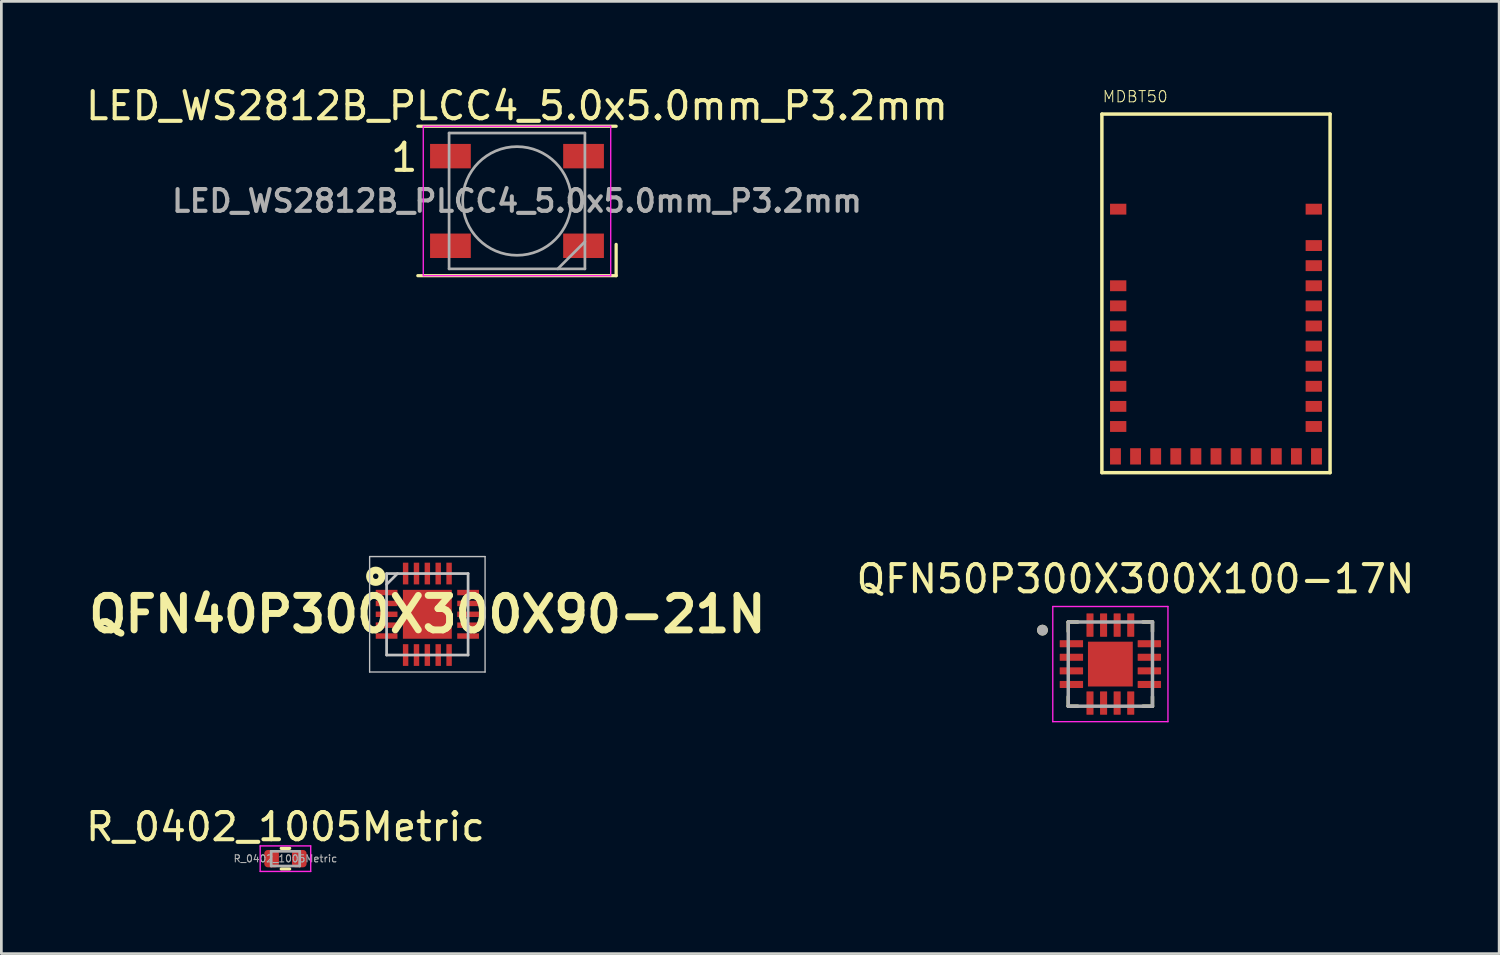
<source format=kicad_pcb>
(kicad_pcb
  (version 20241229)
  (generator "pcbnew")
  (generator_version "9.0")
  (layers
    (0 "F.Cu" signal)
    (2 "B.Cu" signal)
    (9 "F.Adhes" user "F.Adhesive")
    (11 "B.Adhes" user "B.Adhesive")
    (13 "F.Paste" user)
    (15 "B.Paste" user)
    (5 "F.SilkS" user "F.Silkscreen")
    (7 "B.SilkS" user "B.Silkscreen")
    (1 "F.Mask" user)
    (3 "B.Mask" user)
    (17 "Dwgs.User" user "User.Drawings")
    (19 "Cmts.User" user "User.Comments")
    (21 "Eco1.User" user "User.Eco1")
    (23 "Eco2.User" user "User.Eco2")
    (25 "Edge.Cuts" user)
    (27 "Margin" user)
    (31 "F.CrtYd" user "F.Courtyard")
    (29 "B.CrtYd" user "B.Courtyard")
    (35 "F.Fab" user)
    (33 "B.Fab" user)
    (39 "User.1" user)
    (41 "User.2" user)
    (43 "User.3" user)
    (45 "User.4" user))
  (footprint "QFN50P300X300X100-17N"
    (layer "F.Cu")
    (at 37.826 21.397)
    (property "Reference" "QFN50P300X300X100-17N" (at 0.925 -3.135 0) (layer "F.SilkS") (effects (font (size 1 1) (thickness 0.15))))
    (attr smd)
    (fp_line (start -1.55 -1.55) (end -1.2 -1.55) (stroke (width 0.127) (type solid)) (layer "F.SilkS"))
    (fp_line (start -1.55 -1.2) (end -1.55 -1.55) (stroke (width 0.127) (type solid)) (layer "F.SilkS"))
    (fp_line (start -1.55 1.55) (end -1.55 1.2) (stroke (width 0.127) (type solid)) (layer "F.SilkS"))
    (fp_line (start -1.2 1.55) (end -1.55 1.55) (stroke (width 0.127) (type solid)) (layer "F.SilkS"))
    (fp_line (start 1.2 -1.55) (end 1.55 -1.55) (stroke (width 0.127) (type solid)) (layer "F.SilkS"))
    (fp_line (start 1.55 -1.55) (end 1.55 -1.2) (stroke (width 0.127) (type solid)) (layer "F.SilkS"))
    (fp_line (start 1.55 1.2) (end 1.55 1.55) (stroke (width 0.127) (type solid)) (layer "F.SilkS"))
    (fp_line (start 1.55 1.55) (end 1.2 1.55) (stroke (width 0.127) (type solid)) (layer "F.SilkS"))
    (fp_circle (center -2.5 -1.25) (end -2.4 -1.25) (stroke (width 0.2) (type solid)) (fill no) (layer "F.SilkS"))
    (fp_poly (pts (xy -0.5 -0.5) (xy 0.5 -0.5) (xy 0.5 0.5) (xy -0.5 0.5)) (stroke (width 0.01) (type solid)) (fill yes) (layer "F.Paste"))
    (fp_line (start -2.12 -2.12) (end 2.12 -2.12) (stroke (width 0.05) (type solid)) (layer "F.CrtYd"))
    (fp_line (start -2.12 2.12) (end -2.12 -2.12) (stroke (width 0.05) (type solid)) (layer "F.CrtYd"))
    (fp_line (start 2.12 -2.12) (end 2.12 2.12) (stroke (width 0.05) (type solid)) (layer "F.CrtYd"))
    (fp_line (start 2.12 2.12) (end -2.12 2.12) (stroke (width 0.05) (type solid)) (layer "F.CrtYd"))
    (fp_line (start -1.55 -1.55) (end 1.55 -1.55) (stroke (width 0.127) (type solid)) (layer "F.Fab"))
    (fp_line (start -1.55 1.55) (end -1.55 -1.55) (stroke (width 0.127) (type solid)) (layer "F.Fab"))
    (fp_line (start 1.55 -1.55) (end 1.55 1.55) (stroke (width 0.127) (type solid)) (layer "F.Fab"))
    (fp_line (start 1.55 1.55) (end -1.55 1.55) (stroke (width 0.127) (type solid)) (layer "F.Fab"))
    (fp_circle (center -2.5 -1.25) (end -2.4 -1.25) (stroke (width 0.2) (type solid)) (fill no) (layer "F.Fab"))
    (pad "1" smd roundrect (at -1.435 -0.75) (size 0.86 0.26) (layers "F.Cu" "F.Mask" "F.Paste") (roundrect_rratio 0.065))
    (pad "2" smd roundrect (at -1.435 -0.25) (size 0.86 0.26) (layers "F.Cu" "F.Mask" "F.Paste") (roundrect_rratio 0.065))
    (pad "3" smd roundrect (at -1.435 0.25) (size 0.86 0.26) (layers "F.Cu" "F.Mask" "F.Paste") (roundrect_rratio 0.065))
    (pad "4" smd roundrect (at -1.435 0.75) (size 0.86 0.26) (layers "F.Cu" "F.Mask" "F.Paste") (roundrect_rratio 0.065))
    (pad "5" smd roundrect (at -0.75 1.435) (size 0.26 0.86) (layers "F.Cu" "F.Mask" "F.Paste") (roundrect_rratio 0.065))
    (pad "6" smd roundrect (at -0.25 1.435) (size 0.26 0.86) (layers "F.Cu" "F.Mask" "F.Paste") (roundrect_rratio 0.065))
    (pad "7" smd roundrect (at 0.25 1.435) (size 0.26 0.86) (layers "F.Cu" "F.Mask" "F.Paste") (roundrect_rratio 0.065))
    (pad "8" smd roundrect (at 0.75 1.435) (size 0.26 0.86) (layers "F.Cu" "F.Mask" "F.Paste") (roundrect_rratio 0.065))
    (pad "9" smd roundrect (at 1.435 0.75) (size 0.86 0.26) (layers "F.Cu" "F.Mask" "F.Paste") (roundrect_rratio 0.065))
    (pad "10" smd roundrect (at 1.435 0.25) (size 0.86 0.26) (layers "F.Cu" "F.Mask" "F.Paste") (roundrect_rratio 0.065))
    (pad "11" smd roundrect (at 1.435 -0.25) (size 0.86 0.26) (layers "F.Cu" "F.Mask" "F.Paste") (roundrect_rratio 0.065))
    (pad "12" smd roundrect (at 1.435 -0.75) (size 0.86 0.26) (layers "F.Cu" "F.Mask" "F.Paste") (roundrect_rratio 0.065))
    (pad "13" smd roundrect (at 0.75 -1.435) (size 0.26 0.86) (layers "F.Cu" "F.Mask" "F.Paste") (roundrect_rratio 0.065))
    (pad "14" smd roundrect (at 0.25 -1.435) (size 0.26 0.86) (layers "F.Cu" "F.Mask" "F.Paste") (roundrect_rratio 0.065))
    (pad "15" smd roundrect (at -0.25 -1.435) (size 0.26 0.86) (layers "F.Cu" "F.Mask" "F.Paste") (roundrect_rratio 0.065))
    (pad "16" smd roundrect (at -0.75 -1.435) (size 0.26 0.86) (layers "F.Cu" "F.Mask" "F.Paste") (roundrect_rratio 0.065))
    (pad "17" smd rect (at 0 0) (size 1.65 1.65) (layers "F.Cu" "F.Mask")))
  (footprint "MDBT50"
    (layer "F.Cu")
    (at 41.714 7.75)
    (property "Reference" "MDBT50" (at -4.2 -7 0) (unlocked yes) (layer "F.SilkS") (effects (font (size 0.414 0.414) (thickness 0.036)) (justify left bottom)))
    (fp_line (start -4.2 -6.6) (end 4.2 -6.6) (stroke (width 0.127) (type solid)) (layer "F.SilkS"))
    (fp_line (start -4.2 6.6) (end -4.2 -6.6) (stroke (width 0.127) (type solid)) (layer "F.SilkS"))
    (fp_line (start 4.2 -6.6) (end 4.2 6.6) (stroke (width 0.127) (type solid)) (layer "F.SilkS"))
    (fp_line (start 4.2 6.6) (end -4.2 6.6) (stroke (width 0.127) (type solid)) (layer "F.SilkS"))
    (pad "1" smd rect (at -3.6 -3.1) (size 0.6 0.4) (layers "F.Cu" "F.Mask" "F.Paste"))
    (pad "2" smd rect (at -3.6 -0.28) (size 0.6 0.4) (layers "F.Cu" "F.Mask" "F.Paste"))
    (pad "3" smd rect (at -3.6 0.46) (size 0.6 0.4) (layers "F.Cu" "F.Mask" "F.Paste"))
    (pad "4" smd rect (at -3.6 1.2) (size 0.6 0.4) (layers "F.Cu" "F.Mask" "F.Paste"))
    (pad "5" smd rect (at -3.6 1.94) (size 0.6 0.4) (layers "F.Cu" "F.Mask" "F.Paste"))
    (pad "6" smd rect (at -3.6 2.68) (size 0.6 0.4) (layers "F.Cu" "F.Mask" "F.Paste"))
    (pad "7" smd rect (at -3.6 3.42) (size 0.6 0.4) (layers "F.Cu" "F.Mask" "F.Paste"))
    (pad "8" smd rect (at -3.6 4.16) (size 0.6 0.4) (layers "F.Cu" "F.Mask" "F.Paste"))
    (pad "9" smd rect (at -3.6 4.9) (size 0.6 0.4) (layers "F.Cu" "F.Mask" "F.Paste"))
    (pad "10" smd rect (at -3.7 6 90) (size 0.6 0.4) (layers "F.Cu" "F.Mask" "F.Paste"))
    (pad "11" smd rect (at -2.96 6 90) (size 0.6 0.4) (layers "F.Cu" "F.Mask" "F.Paste"))
    (pad "12" smd rect (at -2.22 6 90) (size 0.6 0.4) (layers "F.Cu" "F.Mask" "F.Paste"))
    (pad "13" smd rect (at -1.48 6 270) (size 0.6 0.4) (layers "F.Cu" "F.Mask" "F.Paste"))
    (pad "14" smd rect (at -0.74 6 90) (size 0.6 0.4) (layers "F.Cu" "F.Mask" "F.Paste"))
    (pad "15" smd rect (at 0 6 90) (size 0.6 0.4) (layers "F.Cu" "F.Mask" "F.Paste"))
    (pad "16" smd rect (at 0.74 6 90) (size 0.6 0.4) (layers "F.Cu" "F.Mask" "F.Paste"))
    (pad "17" smd rect (at 1.48 6 90) (size 0.6 0.4) (layers "F.Cu" "F.Mask" "F.Paste"))
    (pad "18" smd rect (at 2.22 6 90) (size 0.6 0.4) (layers "F.Cu" "F.Mask" "F.Paste"))
    (pad "19" smd rect (at 2.96 6 90) (size 0.6 0.4) (layers "F.Cu" "F.Mask" "F.Paste"))
    (pad "20" smd rect (at 3.7 6 90) (size 0.6 0.4) (layers "F.Cu" "F.Mask" "F.Paste"))
    (pad "21" smd rect (at 3.6 4.9 180) (size 0.6 0.4) (layers "F.Cu" "F.Mask" "F.Paste"))
    (pad "22" smd rect (at 3.6 4.16 180) (size 0.6 0.4) (layers "F.Cu" "F.Mask" "F.Paste"))
    (pad "23" smd rect (at 3.6 3.42 180) (size 0.6 0.4) (layers "F.Cu" "F.Mask" "F.Paste"))
    (pad "24" smd rect (at 3.6 2.68 180) (size 0.6 0.4) (layers "F.Cu" "F.Mask" "F.Paste"))
    (pad "25" smd rect (at 3.6 1.94 180) (size 0.6 0.4) (layers "F.Cu" "F.Mask" "F.Paste"))
    (pad "26" smd rect (at 3.6 1.2 180) (size 0.6 0.4) (layers "F.Cu" "F.Mask" "F.Paste"))
    (pad "27" smd rect (at 3.6 0.46 180) (size 0.6 0.4) (layers "F.Cu" "F.Mask" "F.Paste"))
    (pad "28" smd rect (at 3.6 -0.28 180) (size 0.6 0.4) (layers "F.Cu" "F.Mask" "F.Paste"))
    (pad "29" smd rect (at 3.6 -1.02 180) (size 0.6 0.4) (layers "F.Cu" "F.Mask" "F.Paste"))
    (pad "30" smd rect (at 3.6 -1.76 180) (size 0.6 0.4) (layers "F.Cu" "F.Mask" "F.Paste"))
    (pad "31" smd rect (at 3.6 -3.1 180) (size 0.6 0.4) (layers "F.Cu" "F.Mask" "F.Paste"))
    (zone (net_name "") (layers "F.Cu" "B.Cu") (hatch edge 0.5) (connect_pads) (min_thickness 0.25) (filled_areas_thickness no) (keepout (tracks not_allowed) (vias not_allowed) (pads not_allowed) (copperpour not_allowed) (footprints allowed)) (placement (enabled no)) (fill) (polygon (pts (xy 41.714 4.25) (xy 41.714 6) (xy 44.464 6) (xy 44.464 4.25))))
    (zone (net_name "") (layers "F.Cu" "B.Cu") (hatch edge 0.5) (connect_pads) (min_thickness 0.25) (filled_areas_thickness no) (keepout (tracks not_allowed) (vias not_allowed) (pads not_allowed) (copperpour not_allowed) (footprints allowed)) (placement (enabled no)) (fill) (polygon (pts (xy 48.214 4.25) (xy 34.964 4.25) (xy 34.964 0) (xy 48.214 0)))))
  (footprint "R_0402_1005Metric"
    (layer "F.Cu")
    (at 7.458 28.56)
    (property "Reference" "R_0402_1005Metric" (at 0 -1.17 0) (layer "F.SilkS") (effects (font (size 1 1) (thickness 0.15))))
    (attr smd)
    (fp_line (start -0.154 -0.38) (end 0.154 -0.38) (stroke (width 0.12) (type solid)) (layer "F.SilkS"))
    (fp_line (start -0.154 0.38) (end 0.154 0.38) (stroke (width 0.12) (type solid)) (layer "F.SilkS"))
    (fp_line (start -0.93 -0.47) (end 0.93 -0.47) (stroke (width 0.05) (type solid)) (layer "F.CrtYd"))
    (fp_line (start -0.93 0.47) (end -0.93 -0.47) (stroke (width 0.05) (type solid)) (layer "F.CrtYd"))
    (fp_line (start 0.93 -0.47) (end 0.93 0.47) (stroke (width 0.05) (type solid)) (layer "F.CrtYd"))
    (fp_line (start 0.93 0.47) (end -0.93 0.47) (stroke (width 0.05) (type solid)) (layer "F.CrtYd"))
    (fp_line (start -0.525 -0.27) (end 0.525 -0.27) (stroke (width 0.1) (type solid)) (layer "F.Fab"))
    (fp_line (start -0.525 0.27) (end -0.525 -0.27) (stroke (width 0.1) (type solid)) (layer "F.Fab"))
    (fp_line (start 0.525 -0.27) (end 0.525 0.27) (stroke (width 0.1) (type solid)) (layer "F.Fab"))
    (fp_line (start 0.525 0.27) (end -0.525 0.27) (stroke (width 0.1) (type solid)) (layer "F.Fab"))
    (fp_text user "${REFERENCE}" (at 0 0 0) (layer "F.Fab") (effects (font (size 0.26 0.26) (thickness 0.04))))
    (pad "1" smd roundrect (at -0.51 0 180) (size 0.54 0.64) (layers "F.Cu" "F.Mask" "F.Paste") (roundrect_rratio 0.25))
    (pad "2" smd roundrect (at 0.51 0 180) (size 0.54 0.64) (layers "F.Cu" "F.Mask" "F.Paste") (roundrect_rratio 0.25)))
  (footprint "LED_WS2812B_PLCC4_5.0x5.0mm_P3.2mm"
    (layer "F.Cu")
    (at 15.982 4.348)
    (property "Reference" "LED_WS2812B_PLCC4_5.0x5.0mm_P3.2mm" (at 0 -3.5 0) (layer "F.SilkS") (effects (font (size 1 1) (thickness 0.15))))
    (attr smd)
    (fp_line (start -3.65 -2.75) (end 3.65 -2.75) (stroke (width 0.12) (type solid)) (layer "F.SilkS"))
    (fp_line (start -3.65 2.75) (end 3.65 2.75) (stroke (width 0.12) (type solid)) (layer "F.SilkS"))
    (fp_line (start 3.65 2.75) (end 3.65 1.6) (stroke (width 0.12) (type solid)) (layer "F.SilkS"))
    (fp_line (start -3.45 -2.75) (end -3.45 2.75) (stroke (width 0.05) (type solid)) (layer "F.CrtYd"))
    (fp_line (start -3.45 2.75) (end 3.45 2.75) (stroke (width 0.05) (type solid)) (layer "F.CrtYd"))
    (fp_line (start 3.45 -2.75) (end -3.45 -2.75) (stroke (width 0.05) (type solid)) (layer "F.CrtYd"))
    (fp_line (start 3.45 2.75) (end 3.45 -2.75) (stroke (width 0.05) (type solid)) (layer "F.CrtYd"))
    (fp_line (start -2.5 -2.5) (end -2.5 2.5) (stroke (width 0.1) (type solid)) (layer "F.Fab"))
    (fp_line (start -2.5 2.5) (end 2.5 2.5) (stroke (width 0.1) (type solid)) (layer "F.Fab"))
    (fp_line (start 2.5 -2.5) (end -2.5 -2.5) (stroke (width 0.1) (type solid)) (layer "F.Fab"))
    (fp_line (start 2.5 1.5) (end 1.5 2.5) (stroke (width 0.1) (type solid)) (layer "F.Fab"))
    (fp_line (start 2.5 2.5) (end 2.5 -2.5) (stroke (width 0.1) (type solid)) (layer "F.Fab"))
    (fp_circle (center 0 0) (end 0 -2) (stroke (width 0.1) (type solid)) (fill no) (layer "F.Fab"))
    (fp_text user "1" (at -4.15 -1.6 0) (layer "F.SilkS") (effects (font (size 1 1) (thickness 0.15))))
    (fp_text user "${REFERENCE}" (at 0 0 0) (layer "F.Fab") (effects (font (size 0.8 0.8) (thickness 0.15))))
    (pad "1" smd rect (at -2.45 -1.65) (size 1.5 0.9) (layers "F.Cu" "F.Mask" "F.Paste"))
    (pad "2" smd rect (at -2.45 1.65) (size 1.5 0.9) (layers "F.Cu" "F.Mask" "F.Paste"))
    (pad "3" smd rect (at 2.45 1.65) (size 1.5 0.9) (layers "F.Cu" "F.Mask" "F.Paste"))
    (pad "4" smd rect (at 2.45 -1.65) (size 1.5 0.9) (layers "F.Cu" "F.Mask" "F.Paste")))
  (footprint "QFN40P300X300X90-21N"
    (layer "F.Cu")
    (at 12.682 19.564)
    (property "Reference" "QFN40P300X300X90-21N" (at 0 0 0) (layer "F.SilkS") (effects (font (size 1.27 1.27) (thickness 0.254))))
    (attr smd)
    (fp_circle (center -1.9 -1.4) (end -1.8 -1.4) (stroke (width 0.254) (type solid)) (fill no) (layer "F.SilkS"))
    (fp_line (start -2.125 -2.125) (end 2.125 -2.125) (stroke (width 0.05) (type solid)) (layer "Dwgs.User"))
    (fp_line (start -2.125 2.125) (end -2.125 -2.125) (stroke (width 0.05) (type solid)) (layer "Dwgs.User"))
    (fp_line (start -1.5 -1.5) (end 1.5 -1.5) (stroke (width 0.1) (type solid)) (layer "Dwgs.User"))
    (fp_line (start -1.5 -1.1) (end -1.1 -1.5) (stroke (width 0.1) (type solid)) (layer "Dwgs.User"))
    (fp_line (start -1.5 1.5) (end -1.5 -1.5) (stroke (width 0.1) (type solid)) (layer "Dwgs.User"))
    (fp_line (start 1.5 -1.5) (end 1.5 1.5) (stroke (width 0.1) (type solid)) (layer "Dwgs.User"))
    (fp_line (start 1.5 1.5) (end -1.5 1.5) (stroke (width 0.1) (type solid)) (layer "Dwgs.User"))
    (fp_line (start 2.125 -2.125) (end 2.125 2.125) (stroke (width 0.05) (type solid)) (layer "Dwgs.User"))
    (fp_line (start 2.125 2.125) (end -2.125 2.125) (stroke (width 0.05) (type solid)) (layer "Dwgs.User"))
    (pad "1" smd rect (at -1.5 -0.8 90) (size 0.2 0.8) (layers "F.Cu" "F.Mask" "F.Paste"))
    (pad "2" smd rect (at -1.5 -0.4 90) (size 0.2 0.8) (layers "F.Cu" "F.Mask" "F.Paste"))
    (pad "3" smd rect (at -1.5 0 90) (size 0.2 0.8) (layers "F.Cu" "F.Mask" "F.Paste"))
    (pad "4" smd rect (at -1.5 0.4 90) (size 0.2 0.8) (layers "F.Cu" "F.Mask" "F.Paste"))
    (pad "5" smd rect (at -1.5 0.8 90) (size 0.2 0.8) (layers "F.Cu" "F.Mask" "F.Paste"))
    (pad "6" smd rect (at -0.8 1.5) (size 0.2 0.8) (layers "F.Cu" "F.Mask" "F.Paste"))
    (pad "7" smd rect (at -0.4 1.5) (size 0.2 0.8) (layers "F.Cu" "F.Mask" "F.Paste"))
    (pad "8" smd rect (at 0 1.5) (size 0.2 0.8) (layers "F.Cu" "F.Mask" "F.Paste"))
    (pad "9" smd rect (at 0.4 1.5) (size 0.2 0.8) (layers "F.Cu" "F.Mask" "F.Paste"))
    (pad "10" smd rect (at 0.8 1.5) (size 0.2 0.8) (layers "F.Cu" "F.Mask" "F.Paste"))
    (pad "11" smd rect (at 1.5 0.8 90) (size 0.2 0.8) (layers "F.Cu" "F.Mask" "F.Paste"))
    (pad "12" smd rect (at 1.5 0.4 90) (size 0.2 0.8) (layers "F.Cu" "F.Mask" "F.Paste"))
    (pad "13" smd rect (at 1.5 0 90) (size 0.2 0.8) (layers "F.Cu" "F.Mask" "F.Paste"))
    (pad "14" smd rect (at 1.5 -0.4 90) (size 0.2 0.8) (layers "F.Cu" "F.Mask" "F.Paste"))
    (pad "15" smd rect (at 1.5 -0.8 90) (size 0.2 0.8) (layers "F.Cu" "F.Mask" "F.Paste"))
    (pad "16" smd rect (at 0.8 -1.5) (size 0.2 0.8) (layers "F.Cu" "F.Mask" "F.Paste"))
    (pad "17" smd rect (at 0.4 -1.5) (size 0.2 0.8) (layers "F.Cu" "F.Mask" "F.Paste"))
    (pad "18" smd rect (at 0 -1.5) (size 0.2 0.8) (layers "F.Cu" "F.Mask" "F.Paste"))
    (pad "19" smd rect (at -0.4 -1.5) (size 0.2 0.8) (layers "F.Cu" "F.Mask" "F.Paste"))
    (pad "20" smd rect (at -0.8 -1.5) (size 0.2 0.8) (layers "F.Cu" "F.Mask" "F.Paste"))
    (pad "21" smd rect (at 0 0) (size 1.8 1.8) (layers "F.Cu" "F.Mask" "F.Paste")))
  (gr_rect
    (start -3 -3)
    (end 52.138 32.055)
    (stroke (width 0.1) (type default))
    (fill no)
    (layer "Edge.Cuts")))
</source>
